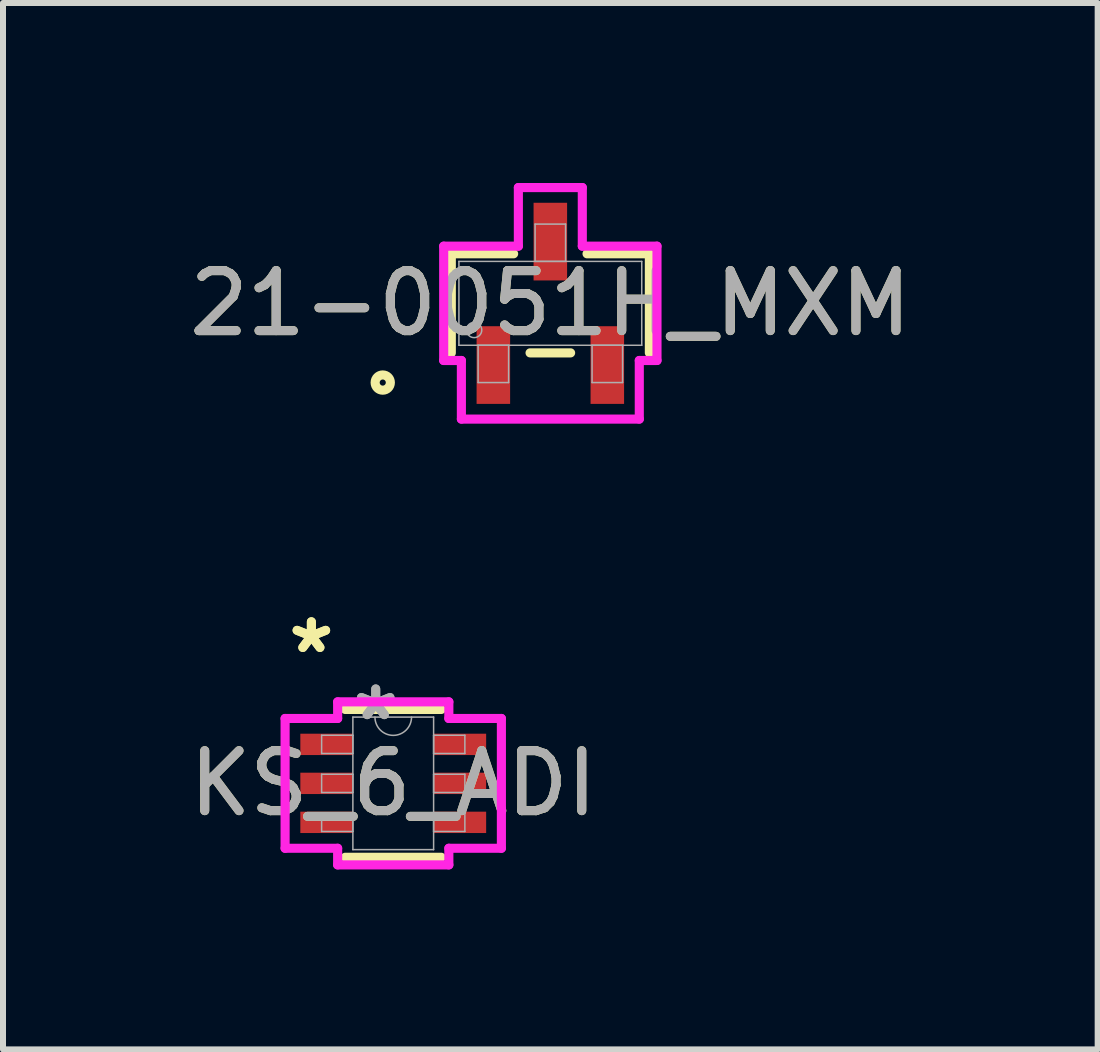
<source format=kicad_pcb>
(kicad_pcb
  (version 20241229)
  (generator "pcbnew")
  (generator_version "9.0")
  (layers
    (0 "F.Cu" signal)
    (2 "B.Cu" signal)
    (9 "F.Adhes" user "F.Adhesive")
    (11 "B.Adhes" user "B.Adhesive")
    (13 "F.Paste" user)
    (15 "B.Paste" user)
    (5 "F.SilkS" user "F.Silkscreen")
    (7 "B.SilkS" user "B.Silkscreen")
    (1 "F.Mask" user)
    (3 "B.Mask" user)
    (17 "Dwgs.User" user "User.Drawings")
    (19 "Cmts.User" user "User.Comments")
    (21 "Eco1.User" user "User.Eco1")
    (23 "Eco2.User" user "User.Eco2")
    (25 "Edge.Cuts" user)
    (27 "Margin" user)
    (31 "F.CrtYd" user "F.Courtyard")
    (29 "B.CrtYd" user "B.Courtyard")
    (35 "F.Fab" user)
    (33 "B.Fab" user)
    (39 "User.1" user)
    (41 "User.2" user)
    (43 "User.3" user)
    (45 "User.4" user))
  (footprint "KS_6_ADI"
    (layer "F.Cu")
    (at 3.506 10.01)
    (property "Reference" "KS_6_ADI" (at 0 0 0) (unlocked yes) (layer "F.SilkS") (effects (font (size 1 1) (thickness 0.15))))
    (attr smd)
    (fp_line (start -0.8 1.232) (end 0.8 1.232) (stroke (width 0.152) (type solid)) (layer "F.SilkS"))
    (fp_line (start 0.8 -1.232) (end -0.8 -1.232) (stroke (width 0.152) (type solid)) (layer "F.SilkS"))
    (fp_line (start -1.803 -1.082) (end -0.927 -1.082) (stroke (width 0.152) (type solid)) (layer "F.CrtYd"))
    (fp_line (start -1.803 1.082) (end -1.803 -1.082) (stroke (width 0.152) (type solid)) (layer "F.CrtYd"))
    (fp_line (start -1.803 1.082) (end -0.927 1.082) (stroke (width 0.152) (type solid)) (layer "F.CrtYd"))
    (fp_line (start -0.927 -1.359) (end 0.927 -1.359) (stroke (width 0.152) (type solid)) (layer "F.CrtYd"))
    (fp_line (start -0.927 -1.082) (end -0.927 -1.359) (stroke (width 0.152) (type solid)) (layer "F.CrtYd"))
    (fp_line (start -0.927 1.359) (end -0.927 1.082) (stroke (width 0.152) (type solid)) (layer "F.CrtYd"))
    (fp_line (start 0.927 -1.359) (end 0.927 -1.082) (stroke (width 0.152) (type solid)) (layer "F.CrtYd"))
    (fp_line (start 0.927 1.082) (end 0.927 1.359) (stroke (width 0.152) (type solid)) (layer "F.CrtYd"))
    (fp_line (start 0.927 1.359) (end -0.927 1.359) (stroke (width 0.152) (type solid)) (layer "F.CrtYd"))
    (fp_line (start 1.803 -1.082) (end 0.927 -1.082) (stroke (width 0.152) (type solid)) (layer "F.CrtYd"))
    (fp_line (start 1.803 -1.082) (end 1.803 1.082) (stroke (width 0.152) (type solid)) (layer "F.CrtYd"))
    (fp_line (start 1.803 1.082) (end 0.927 1.082) (stroke (width 0.152) (type solid)) (layer "F.CrtYd"))
    (fp_line (start -1.194 -0.802) (end -1.194 -0.498) (stroke (width 0.025) (type solid)) (layer "F.Fab"))
    (fp_line (start -1.194 -0.498) (end -0.673 -0.498) (stroke (width 0.025) (type solid)) (layer "F.Fab"))
    (fp_line (start -1.194 -0.152) (end -1.194 0.152) (stroke (width 0.025) (type solid)) (layer "F.Fab"))
    (fp_line (start -1.194 0.152) (end -0.673 0.152) (stroke (width 0.025) (type solid)) (layer "F.Fab"))
    (fp_line (start -1.194 0.498) (end -1.194 0.802) (stroke (width 0.025) (type solid)) (layer "F.Fab"))
    (fp_line (start -1.194 0.802) (end -0.673 0.802) (stroke (width 0.025) (type solid)) (layer "F.Fab"))
    (fp_line (start -0.673 -1.105) (end -0.673 1.105) (stroke (width 0.025) (type solid)) (layer "F.Fab"))
    (fp_line (start -0.673 -0.802) (end -1.194 -0.802) (stroke (width 0.025) (type solid)) (layer "F.Fab"))
    (fp_line (start -0.673 -0.498) (end -0.673 -0.802) (stroke (width 0.025) (type solid)) (layer "F.Fab"))
    (fp_line (start -0.673 -0.152) (end -1.194 -0.152) (stroke (width 0.025) (type solid)) (layer "F.Fab"))
    (fp_line (start -0.673 0.152) (end -0.673 -0.152) (stroke (width 0.025) (type solid)) (layer "F.Fab"))
    (fp_line (start -0.673 0.498) (end -1.194 0.498) (stroke (width 0.025) (type solid)) (layer "F.Fab"))
    (fp_line (start -0.673 0.802) (end -0.673 0.498) (stroke (width 0.025) (type solid)) (layer "F.Fab"))
    (fp_line (start -0.673 1.105) (end 0.673 1.105) (stroke (width 0.025) (type solid)) (layer "F.Fab"))
    (fp_line (start 0.673 -1.105) (end -0.673 -1.105) (stroke (width 0.025) (type solid)) (layer "F.Fab"))
    (fp_line (start 0.673 -0.802) (end 0.673 -0.498) (stroke (width 0.025) (type solid)) (layer "F.Fab"))
    (fp_line (start 0.673 -0.498) (end 1.194 -0.498) (stroke (width 0.025) (type solid)) (layer "F.Fab"))
    (fp_line (start 0.673 -0.152) (end 0.673 0.152) (stroke (width 0.025) (type solid)) (layer "F.Fab"))
    (fp_line (start 0.673 0.152) (end 1.194 0.152) (stroke (width 0.025) (type solid)) (layer "F.Fab"))
    (fp_line (start 0.673 0.498) (end 0.673 0.802) (stroke (width 0.025) (type solid)) (layer "F.Fab"))
    (fp_line (start 0.673 0.802) (end 1.194 0.802) (stroke (width 0.025) (type solid)) (layer "F.Fab"))
    (fp_line (start 0.673 1.105) (end 0.673 -1.105) (stroke (width 0.025) (type solid)) (layer "F.Fab"))
    (fp_line (start 1.194 -0.802) (end 0.673 -0.802) (stroke (width 0.025) (type solid)) (layer "F.Fab"))
    (fp_line (start 1.194 -0.498) (end 1.194 -0.802) (stroke (width 0.025) (type solid)) (layer "F.Fab"))
    (fp_line (start 1.194 -0.152) (end 0.673 -0.152) (stroke (width 0.025) (type solid)) (layer "F.Fab"))
    (fp_line (start 1.194 0.152) (end 1.194 -0.152) (stroke (width 0.025) (type solid)) (layer "F.Fab"))
    (fp_line (start 1.194 0.498) (end 0.673 0.498) (stroke (width 0.025) (type solid)) (layer "F.Fab"))
    (fp_line (start 1.194 0.802) (end 1.194 0.498) (stroke (width 0.025) (type solid)) (layer "F.Fab"))
    (fp_arc (start 0.3048 -1.1049) (mid 0 -0.8001) (end -0.3048 -1.1049) (stroke (width 0.0254) (type solid)) (layer "F.Fab"))
    (fp_text user "*" (at -1.365 -2.149 0) (unlocked yes) (layer "F.SilkS") (effects (font (size 1 1) (thickness 0.15))))
    (fp_text user "*" (at -1.365 -2.149 0) (layer "F.SilkS") (effects (font (size 1 1) (thickness 0.15))))
    (fp_text user "${REFERENCE}" (at 0 0 0) (unlocked yes) (layer "F.Fab") (effects (font (size 1 1) (thickness 0.15))))
    (fp_text user "*" (at -0.292 -1.029 0) (unlocked yes) (layer "F.Fab") (effects (font (size 1 1) (thickness 0.15))))
    (fp_text user "*" (at -0.292 -1.029 0) (layer "F.Fab") (effects (font (size 1 1) (thickness 0.15))))
    (pad "1" smd rect (at -1.111 -0.65) (size 0.876 0.356) (layers "F.Cu" "F.Mask" "F.Paste"))
    (pad "2" smd rect (at -1.111 0) (size 0.876 0.356) (layers "F.Cu" "F.Mask" "F.Paste"))
    (pad "3" smd rect (at -1.111 0.65) (size 0.876 0.356) (layers "F.Cu" "F.Mask" "F.Paste"))
    (pad "4" smd rect (at 1.111 0.65) (size 0.876 0.356) (layers "F.Cu" "F.Mask" "F.Paste"))
    (pad "5" smd rect (at 1.111 0) (size 0.876 0.356) (layers "F.Cu" "F.Mask" "F.Paste"))
    (pad "6" smd rect (at 1.111 -0.65) (size 0.876 0.356) (layers "F.Cu" "F.Mask" "F.Paste")))
  (footprint "21-0051H_MXM"
    (layer "F.Cu")
    (at 6.125 2.007)
    (property "Reference" "21-0051H_MXM" (at 0 0 0) (unlocked yes) (layer "F.SilkS") (effects (font (size 1 1) (thickness 0.15))))
    (attr smd)
    (fp_line (start -1.651 -0.826) (end -1.651 0.826) (stroke (width 0.152) (type solid)) (layer "F.SilkS"))
    (fp_line (start -0.612 -0.826) (end -1.651 -0.826) (stroke (width 0.152) (type solid)) (layer "F.SilkS"))
    (fp_line (start -0.338 0.826) (end 0.338 0.826) (stroke (width 0.152) (type solid)) (layer "F.SilkS"))
    (fp_line (start 1.651 -0.826) (end 0.612 -0.826) (stroke (width 0.152) (type solid)) (layer "F.SilkS"))
    (fp_line (start 1.651 0.826) (end 1.651 -0.826) (stroke (width 0.152) (type solid)) (layer "F.SilkS"))
    (fp_circle (center -2.794 1.321) (end -2.667 1.321) (stroke (width 0.152) (type solid)) (fill no) (layer "F.SilkS"))
    (fp_line (start -1.778 -0.953) (end -0.533 -0.953) (stroke (width 0.152) (type solid)) (layer "F.CrtYd"))
    (fp_line (start -1.778 0.953) (end -1.778 -0.953) (stroke (width 0.152) (type solid)) (layer "F.CrtYd"))
    (fp_line (start -1.778 0.953) (end -1.483 0.953) (stroke (width 0.152) (type solid)) (layer "F.CrtYd"))
    (fp_line (start -1.483 0.953) (end -1.483 1.93) (stroke (width 0.152) (type solid)) (layer "F.CrtYd"))
    (fp_line (start -1.483 1.93) (end 1.483 1.93) (stroke (width 0.152) (type solid)) (layer "F.CrtYd"))
    (fp_line (start -0.533 -1.93) (end 0.533 -1.93) (stroke (width 0.152) (type solid)) (layer "F.CrtYd"))
    (fp_line (start -0.533 -0.953) (end -0.533 -1.93) (stroke (width 0.152) (type solid)) (layer "F.CrtYd"))
    (fp_line (start 0.533 -0.953) (end 0.533 -1.93) (stroke (width 0.152) (type solid)) (layer "F.CrtYd"))
    (fp_line (start 1.483 0.953) (end 1.483 1.93) (stroke (width 0.152) (type solid)) (layer "F.CrtYd"))
    (fp_line (start 1.778 -0.953) (end 0.533 -0.953) (stroke (width 0.152) (type solid)) (layer "F.CrtYd"))
    (fp_line (start 1.778 -0.953) (end 1.778 0.953) (stroke (width 0.152) (type solid)) (layer "F.CrtYd"))
    (fp_line (start 1.778 0.953) (end 1.483 0.953) (stroke (width 0.152) (type solid)) (layer "F.CrtYd"))
    (fp_line (start -1.524 -0.699) (end -1.524 0.699) (stroke (width 0.025) (type solid)) (layer "F.Fab"))
    (fp_line (start -1.524 0.699) (end 1.524 0.699) (stroke (width 0.025) (type solid)) (layer "F.Fab"))
    (fp_line (start -1.204 0.699) (end -1.204 1.321) (stroke (width 0.025) (type solid)) (layer "F.Fab"))
    (fp_line (start -1.204 1.321) (end -0.696 1.321) (stroke (width 0.025) (type solid)) (layer "F.Fab"))
    (fp_line (start -0.696 0.699) (end -1.204 0.699) (stroke (width 0.025) (type solid)) (layer "F.Fab"))
    (fp_line (start -0.696 1.321) (end -0.696 0.699) (stroke (width 0.025) (type solid)) (layer "F.Fab"))
    (fp_line (start -0.254 -1.321) (end -0.254 -0.699) (stroke (width 0.025) (type solid)) (layer "F.Fab"))
    (fp_line (start -0.254 -0.699) (end 0.254 -0.699) (stroke (width 0.025) (type solid)) (layer "F.Fab"))
    (fp_line (start 0.254 -1.321) (end -0.254 -1.321) (stroke (width 0.025) (type solid)) (layer "F.Fab"))
    (fp_line (start 0.254 -0.699) (end 0.254 -1.321) (stroke (width 0.025) (type solid)) (layer "F.Fab"))
    (fp_line (start 0.696 0.699) (end 0.696 1.321) (stroke (width 0.025) (type solid)) (layer "F.Fab"))
    (fp_line (start 0.696 1.321) (end 1.204 1.321) (stroke (width 0.025) (type solid)) (layer "F.Fab"))
    (fp_line (start 1.204 0.699) (end 0.696 0.699) (stroke (width 0.025) (type solid)) (layer "F.Fab"))
    (fp_line (start 1.204 1.321) (end 1.204 0.699) (stroke (width 0.025) (type solid)) (layer "F.Fab"))
    (fp_line (start 1.524 -0.699) (end -1.524 -0.699) (stroke (width 0.025) (type solid)) (layer "F.Fab"))
    (fp_line (start 1.524 0.699) (end 1.524 -0.699) (stroke (width 0.025) (type solid)) (layer "F.Fab"))
    (fp_circle (center -1.27 0.445) (end -1.143 0.445) (stroke (width 0.025) (type solid)) (fill no) (layer "F.Fab"))
    (fp_text user "${REFERENCE}" (at 0 0 0) (unlocked yes) (layer "F.Fab") (effects (font (size 1 1) (thickness 0.15))))
    (pad "1" smd rect (at -0.95 1.029) (size 0.559 1.295) (layers "F.Cu" "F.Mask" "F.Paste"))
    (pad "2" smd rect (at 0.95 1.029) (size 0.559 1.295) (layers "F.Cu" "F.Mask" "F.Paste"))
    (pad "3" smd rect (at 0 -1.029) (size 0.559 1.295) (layers "F.Cu" "F.Mask" "F.Paste")))
  (gr_rect
    (start -3 -3)
    (end 15.25 14.445)
    (stroke (width 0.1) (type default))
    (fill no)
    (layer "Edge.Cuts")))
</source>
